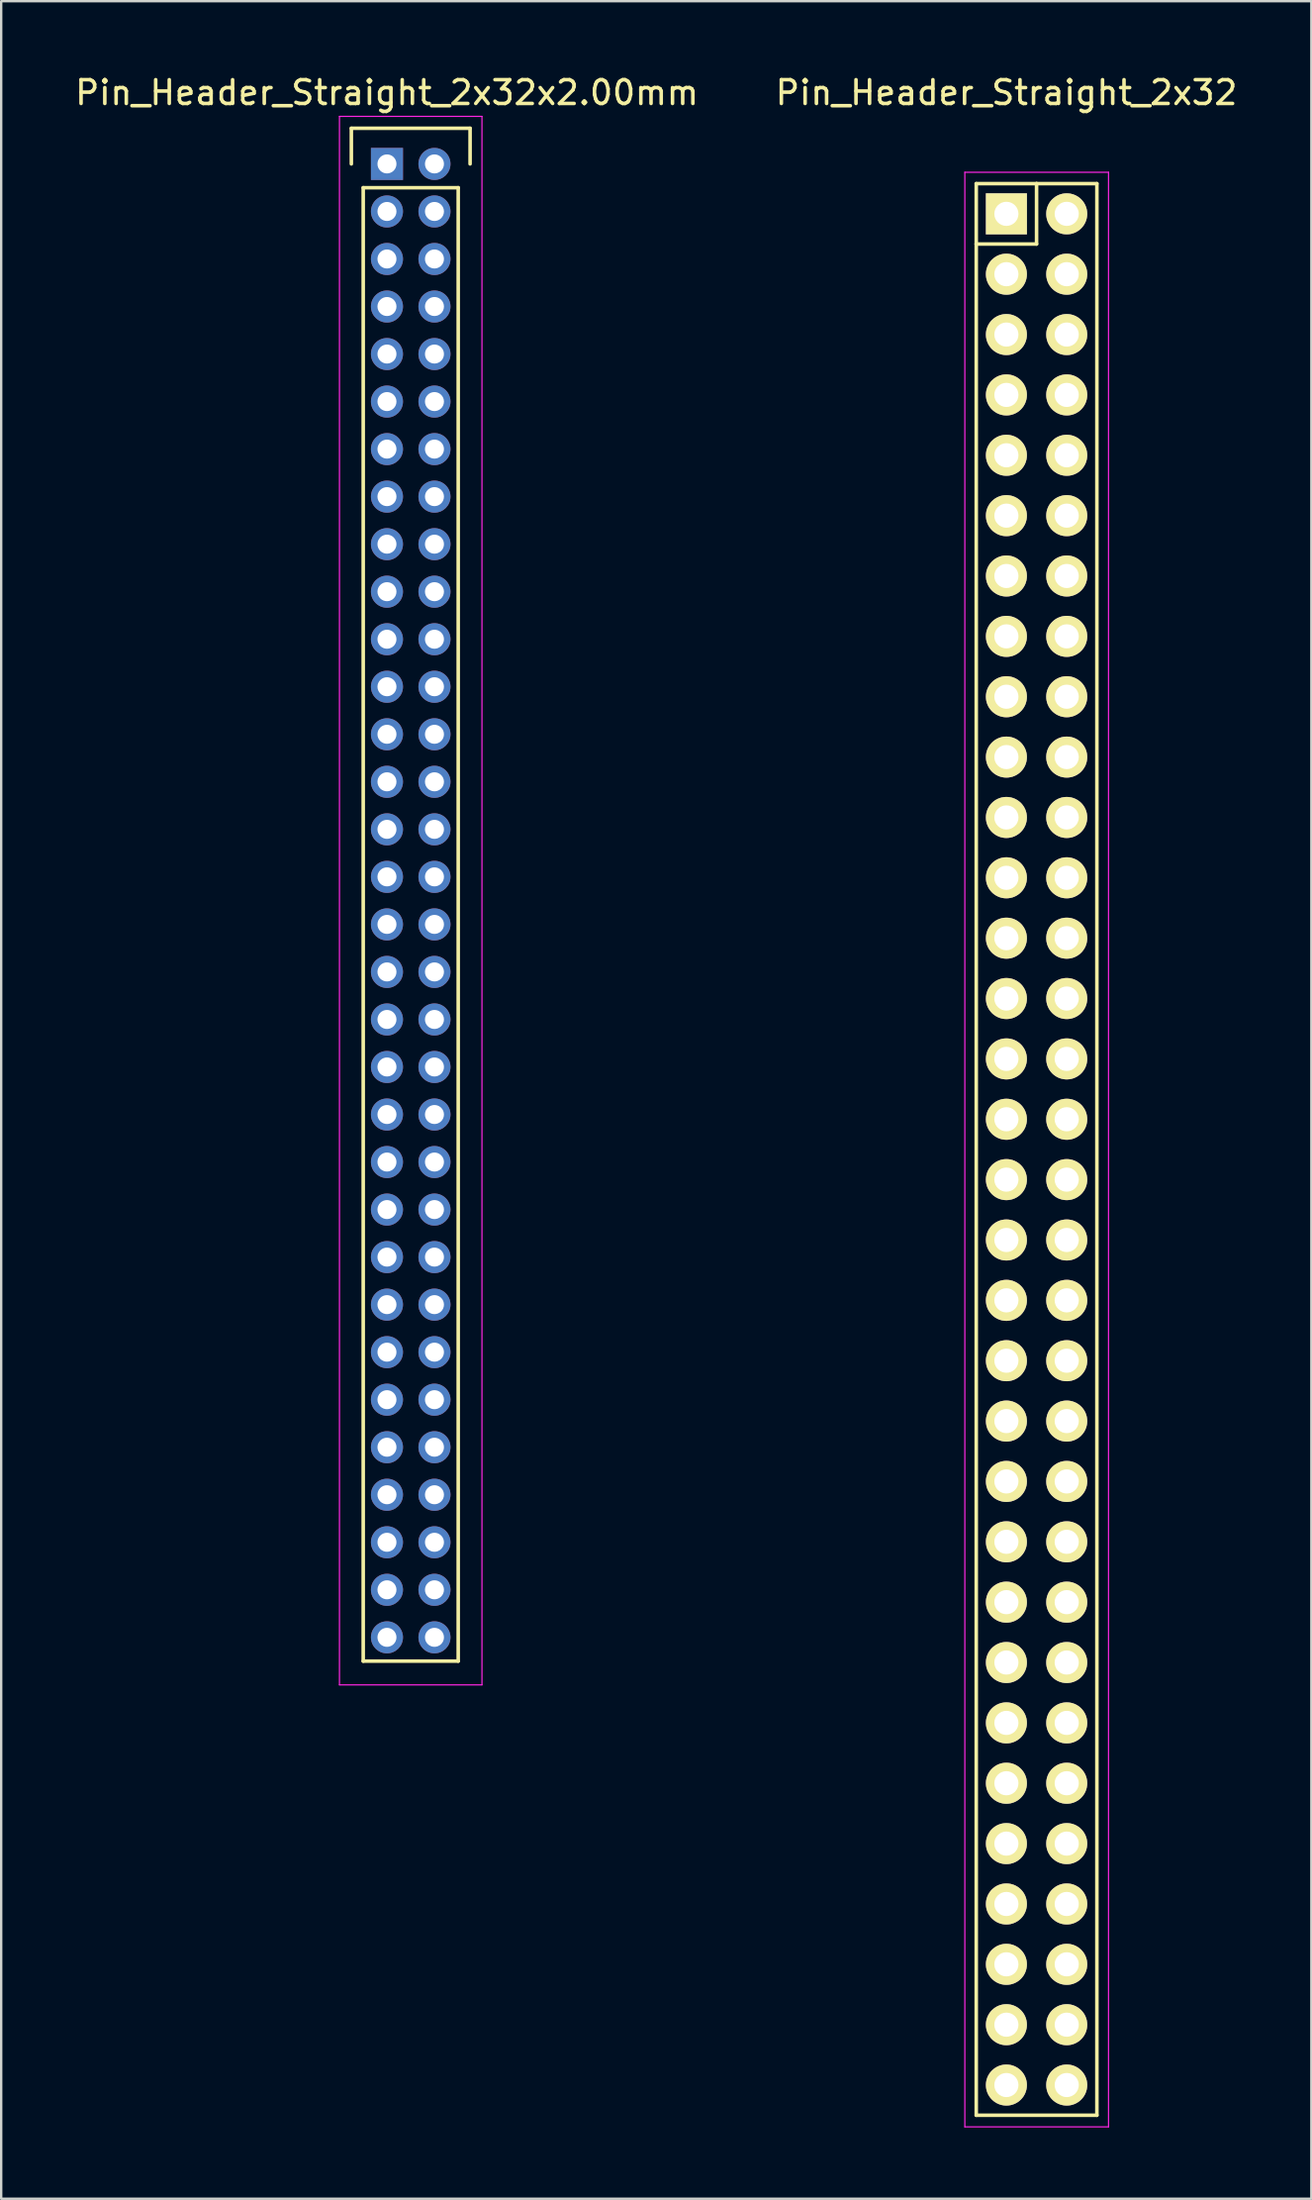
<source format=kicad_pcb>
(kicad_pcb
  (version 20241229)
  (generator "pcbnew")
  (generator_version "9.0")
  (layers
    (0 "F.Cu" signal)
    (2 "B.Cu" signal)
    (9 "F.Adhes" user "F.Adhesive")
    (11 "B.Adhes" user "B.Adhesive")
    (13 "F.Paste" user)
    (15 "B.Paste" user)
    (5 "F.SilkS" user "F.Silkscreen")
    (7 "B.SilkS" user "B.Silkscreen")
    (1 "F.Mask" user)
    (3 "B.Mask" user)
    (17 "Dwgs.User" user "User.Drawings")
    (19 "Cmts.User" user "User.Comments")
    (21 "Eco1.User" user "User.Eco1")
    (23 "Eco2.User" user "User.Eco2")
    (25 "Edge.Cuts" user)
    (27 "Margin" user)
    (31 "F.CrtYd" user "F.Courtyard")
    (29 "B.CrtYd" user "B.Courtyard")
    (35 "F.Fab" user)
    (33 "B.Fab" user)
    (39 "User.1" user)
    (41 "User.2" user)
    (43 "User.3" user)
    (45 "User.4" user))
  (footprint "Pin_Header_Straight_2x32x2.00mm"
    (layer "F.Cu")
    (at 13.244 3.848)
    (property "Reference" "Pin_Header_Straight_2x32x2.00mm" (at 0 -3 0) (layer "F.SilkS") (effects (font (size 1 1) (thickness 0.15))))
    (attr through_hole)
    (fp_line (start -1.5 -1.5) (end 3.5 -1.5) (stroke (width 0.15) (type solid)) (layer "F.SilkS"))
    (fp_line (start -1.5 0) (end -1.5 -1.5) (stroke (width 0.15) (type solid)) (layer "F.SilkS"))
    (fp_line (start -1 1) (end 3 1) (stroke (width 0.15) (type solid)) (layer "F.SilkS"))
    (fp_line (start -1 63) (end -1 1) (stroke (width 0.15) (type solid)) (layer "F.SilkS"))
    (fp_line (start 3 1) (end 3 63) (stroke (width 0.15) (type solid)) (layer "F.SilkS"))
    (fp_line (start 3 63) (end -1 63) (stroke (width 0.15) (type solid)) (layer "F.SilkS"))
    (fp_line (start 3.5 -1.5) (end 3.5 0) (stroke (width 0.15) (type solid)) (layer "F.SilkS"))
    (fp_line (start -2 -2) (end 4 -2) (stroke (width 0.05) (type solid)) (layer "F.CrtYd"))
    (fp_line (start -2 64) (end -2 -2) (stroke (width 0.05) (type solid)) (layer "F.CrtYd"))
    (fp_line (start 4 -2) (end 4 64) (stroke (width 0.05) (type solid)) (layer "F.CrtYd"))
    (fp_line (start 4 64) (end -2 64) (stroke (width 0.05) (type solid)) (layer "F.CrtYd"))
    (pad "1" thru_hole rect (at 0 0) (size 1.35 1.35) (drill 0.8) (layers "*.Cu" "*.Mask"))
    (pad "2" thru_hole circle (at 2 0) (size 1.35 1.35) (drill 0.8) (layers "*.Cu" "*.Mask"))
    (pad "3" thru_hole circle (at 0 2) (size 1.35 1.35) (drill 0.8) (layers "*.Cu" "*.Mask"))
    (pad "4" thru_hole circle (at 2 2) (size 1.35 1.35) (drill 0.8) (layers "*.Cu" "*.Mask"))
    (pad "5" thru_hole circle (at 0 4) (size 1.35 1.35) (drill 0.8) (layers "*.Cu" "*.Mask"))
    (pad "6" thru_hole circle (at 2 4) (size 1.35 1.35) (drill 0.8) (layers "*.Cu" "*.Mask"))
    (pad "7" thru_hole circle (at 0 6) (size 1.35 1.35) (drill 0.8) (layers "*.Cu" "*.Mask"))
    (pad "8" thru_hole circle (at 2 6) (size 1.35 1.35) (drill 0.8) (layers "*.Cu" "*.Mask"))
    (pad "9" thru_hole circle (at 0 8) (size 1.35 1.35) (drill 0.8) (layers "*.Cu" "*.Mask"))
    (pad "10" thru_hole circle (at 2 8) (size 1.35 1.35) (drill 0.8) (layers "*.Cu" "*.Mask"))
    (pad "11" thru_hole circle (at 0 10) (size 1.35 1.35) (drill 0.8) (layers "*.Cu" "*.Mask"))
    (pad "12" thru_hole circle (at 2 10) (size 1.35 1.35) (drill 0.8) (layers "*.Cu" "*.Mask"))
    (pad "13" thru_hole circle (at 0 12) (size 1.35 1.35) (drill 0.8) (layers "*.Cu" "*.Mask"))
    (pad "14" thru_hole circle (at 2 12) (size 1.35 1.35) (drill 0.8) (layers "*.Cu" "*.Mask"))
    (pad "15" thru_hole circle (at 0 14) (size 1.35 1.35) (drill 0.8) (layers "*.Cu" "*.Mask"))
    (pad "16" thru_hole circle (at 2 14) (size 1.35 1.35) (drill 0.8) (layers "*.Cu" "*.Mask"))
    (pad "17" thru_hole circle (at 0 16) (size 1.35 1.35) (drill 0.8) (layers "*.Cu" "*.Mask"))
    (pad "18" thru_hole circle (at 2 16) (size 1.35 1.35) (drill 0.8) (layers "*.Cu" "*.Mask"))
    (pad "19" thru_hole circle (at 0 18) (size 1.35 1.35) (drill 0.8) (layers "*.Cu" "*.Mask"))
    (pad "20" thru_hole circle (at 2 18) (size 1.35 1.35) (drill 0.8) (layers "*.Cu" "*.Mask"))
    (pad "21" thru_hole circle (at 0 20) (size 1.35 1.35) (drill 0.8) (layers "*.Cu" "*.Mask"))
    (pad "22" thru_hole circle (at 2 20) (size 1.35 1.35) (drill 0.8) (layers "*.Cu" "*.Mask"))
    (pad "23" thru_hole circle (at 0 22) (size 1.35 1.35) (drill 0.8) (layers "*.Cu" "*.Mask"))
    (pad "24" thru_hole circle (at 2 22) (size 1.35 1.35) (drill 0.8) (layers "*.Cu" "*.Mask"))
    (pad "25" thru_hole circle (at 0 24) (size 1.35 1.35) (drill 0.8) (layers "*.Cu" "*.Mask"))
    (pad "26" thru_hole circle (at 2 24) (size 1.35 1.35) (drill 0.8) (layers "*.Cu" "*.Mask"))
    (pad "27" thru_hole circle (at 0 26) (size 1.35 1.35) (drill 0.8) (layers "*.Cu" "*.Mask"))
    (pad "28" thru_hole circle (at 2 26) (size 1.35 1.35) (drill 0.8) (layers "*.Cu" "*.Mask"))
    (pad "29" thru_hole circle (at 0 28) (size 1.35 1.35) (drill 0.8) (layers "*.Cu" "*.Mask"))
    (pad "30" thru_hole circle (at 2 28) (size 1.35 1.35) (drill 0.8) (layers "*.Cu" "*.Mask"))
    (pad "31" thru_hole circle (at 0 30) (size 1.35 1.35) (drill 0.8) (layers "*.Cu" "*.Mask"))
    (pad "32" thru_hole circle (at 2 30) (size 1.35 1.35) (drill 0.8) (layers "*.Cu" "*.Mask"))
    (pad "33" thru_hole circle (at 0 32) (size 1.35 1.35) (drill 0.8) (layers "*.Cu" "*.Mask"))
    (pad "34" thru_hole circle (at 2 32) (size 1.35 1.35) (drill 0.8) (layers "*.Cu" "*.Mask"))
    (pad "35" thru_hole circle (at 0 34) (size 1.35 1.35) (drill 0.8) (layers "*.Cu" "*.Mask"))
    (pad "36" thru_hole circle (at 2 34) (size 1.35 1.35) (drill 0.8) (layers "*.Cu" "*.Mask"))
    (pad "37" thru_hole circle (at 0 36) (size 1.35 1.35) (drill 0.8) (layers "*.Cu" "*.Mask"))
    (pad "38" thru_hole circle (at 2 36) (size 1.35 1.35) (drill 0.8) (layers "*.Cu" "*.Mask"))
    (pad "39" thru_hole circle (at 0 38) (size 1.35 1.35) (drill 0.8) (layers "*.Cu" "*.Mask"))
    (pad "40" thru_hole circle (at 2 38) (size 1.35 1.35) (drill 0.8) (layers "*.Cu" "*.Mask"))
    (pad "41" thru_hole circle (at 0 40) (size 1.35 1.35) (drill 0.8) (layers "*.Cu" "*.Mask"))
    (pad "42" thru_hole circle (at 2 40) (size 1.35 1.35) (drill 0.8) (layers "*.Cu" "*.Mask"))
    (pad "43" thru_hole circle (at 0 42) (size 1.35 1.35) (drill 0.8) (layers "*.Cu" "*.Mask"))
    (pad "44" thru_hole circle (at 2 42) (size 1.35 1.35) (drill 0.8) (layers "*.Cu" "*.Mask"))
    (pad "45" thru_hole circle (at 0 44) (size 1.35 1.35) (drill 0.8) (layers "*.Cu" "*.Mask"))
    (pad "46" thru_hole circle (at 2 44) (size 1.35 1.35) (drill 0.8) (layers "*.Cu" "*.Mask"))
    (pad "47" thru_hole circle (at 0 46) (size 1.35 1.35) (drill 0.8) (layers "*.Cu" "*.Mask"))
    (pad "48" thru_hole circle (at 2 46) (size 1.35 1.35) (drill 0.8) (layers "*.Cu" "*.Mask"))
    (pad "49" thru_hole circle (at 0 48) (size 1.35 1.35) (drill 0.8) (layers "*.Cu" "*.Mask"))
    (pad "50" thru_hole circle (at 2 48) (size 1.35 1.35) (drill 0.8) (layers "*.Cu" "*.Mask"))
    (pad "51" thru_hole circle (at 0 50) (size 1.35 1.35) (drill 0.8) (layers "*.Cu" "*.Mask"))
    (pad "52" thru_hole circle (at 2 50) (size 1.35 1.35) (drill 0.8) (layers "*.Cu" "*.Mask"))
    (pad "53" thru_hole circle (at 0 52) (size 1.35 1.35) (drill 0.8) (layers "*.Cu" "*.Mask"))
    (pad "54" thru_hole circle (at 2 52) (size 1.35 1.35) (drill 0.8) (layers "*.Cu" "*.Mask"))
    (pad "55" thru_hole circle (at 0 54) (size 1.35 1.35) (drill 0.8) (layers "*.Cu" "*.Mask"))
    (pad "56" thru_hole circle (at 2 54) (size 1.35 1.35) (drill 0.8) (layers "*.Cu" "*.Mask"))
    (pad "57" thru_hole circle (at 0 56) (size 1.35 1.35) (drill 0.8) (layers "*.Cu" "*.Mask"))
    (pad "58" thru_hole circle (at 2 56) (size 1.35 1.35) (drill 0.8) (layers "*.Cu" "*.Mask"))
    (pad "59" thru_hole circle (at 0 58) (size 1.35 1.35) (drill 0.8) (layers "*.Cu" "*.Mask"))
    (pad "60" thru_hole circle (at 2 58) (size 1.35 1.35) (drill 0.8) (layers "*.Cu" "*.Mask"))
    (pad "61" thru_hole circle (at 0 60) (size 1.35 1.35) (drill 0.8) (layers "*.Cu" "*.Mask"))
    (pad "62" thru_hole circle (at 2 60) (size 1.35 1.35) (drill 0.8) (layers "*.Cu" "*.Mask"))
    (pad "63" thru_hole circle (at 0 62) (size 1.35 1.35) (drill 0.8) (layers "*.Cu" "*.Mask"))
    (pad "64" thru_hole circle (at 2 62) (size 1.35 1.35) (drill 0.8) (layers "*.Cu" "*.Mask")))
  (footprint "Pin_Header_Straight_2x32"
    (layer "F.Cu")
    (at 39.327 5.948)
    (property "Reference" "Pin_Header_Straight_2x32" (at 0 -5.1 0) (layer "F.SilkS") (effects (font (size 1 1) (thickness 0.15))))
    (attr through_hole)
    (fp_line (start -1.27 -1.27) (end -1.27 1.27) (stroke (width 0.15) (type solid)) (layer "F.SilkS"))
    (fp_line (start -1.27 -1.27) (end 1.27 -1.27) (stroke (width 0.15) (type solid)) (layer "F.SilkS"))
    (fp_line (start -1.27 1.27) (end -1.27 80.01) (stroke (width 0.15) (type solid)) (layer "F.SilkS"))
    (fp_line (start 1.27 -1.27) (end 1.27 1.27) (stroke (width 0.15) (type solid)) (layer "F.SilkS"))
    (fp_line (start 1.27 1.27) (end -1.27 1.27) (stroke (width 0.15) (type solid)) (layer "F.SilkS"))
    (fp_line (start 3.81 -1.27) (end 1.27 -1.27) (stroke (width 0.15) (type solid)) (layer "F.SilkS"))
    (fp_line (start 3.81 80.01) (end -1.27 80.01) (stroke (width 0.15) (type solid)) (layer "F.SilkS"))
    (fp_line (start 3.81 80.01) (end 3.81 -1.27) (stroke (width 0.15) (type solid)) (layer "F.SilkS"))
    (fp_line (start -1.75 -1.75) (end -1.75 80.5) (stroke (width 0.05) (type solid)) (layer "F.CrtYd"))
    (fp_line (start -1.75 -1.75) (end 4.3 -1.75) (stroke (width 0.05) (type solid)) (layer "F.CrtYd"))
    (fp_line (start -1.75 80.5) (end 4.3 80.5) (stroke (width 0.05) (type solid)) (layer "F.CrtYd"))
    (fp_line (start 4.3 -1.75) (end 4.3 80.5) (stroke (width 0.05) (type solid)) (layer "F.CrtYd"))
    (pad "1" thru_hole rect (at 0 0) (size 1.727 1.727) (drill 1.016) (layers "*.Cu" "*.Mask" "F.SilkS"))
    (pad "2" thru_hole oval (at 2.54 0) (size 1.727 1.727) (drill 1.016) (layers "*.Cu" "*.Mask" "F.SilkS"))
    (pad "3" thru_hole oval (at 0 2.54) (size 1.727 1.727) (drill 1.016) (layers "*.Cu" "*.Mask" "F.SilkS"))
    (pad "4" thru_hole oval (at 2.54 2.54) (size 1.727 1.727) (drill 1.016) (layers "*.Cu" "*.Mask" "F.SilkS"))
    (pad "5" thru_hole oval (at 0 5.08) (size 1.727 1.727) (drill 1.016) (layers "*.Cu" "*.Mask" "F.SilkS"))
    (pad "6" thru_hole oval (at 2.54 5.08) (size 1.727 1.727) (drill 1.016) (layers "*.Cu" "*.Mask" "F.SilkS"))
    (pad "7" thru_hole oval (at 0 7.62) (size 1.727 1.727) (drill 1.016) (layers "*.Cu" "*.Mask" "F.SilkS"))
    (pad "8" thru_hole oval (at 2.54 7.62) (size 1.727 1.727) (drill 1.016) (layers "*.Cu" "*.Mask" "F.SilkS"))
    (pad "9" thru_hole oval (at 0 10.16) (size 1.727 1.727) (drill 1.016) (layers "*.Cu" "*.Mask" "F.SilkS"))
    (pad "10" thru_hole oval (at 2.54 10.16) (size 1.727 1.727) (drill 1.016) (layers "*.Cu" "*.Mask" "F.SilkS"))
    (pad "11" thru_hole oval (at 0 12.7) (size 1.727 1.727) (drill 1.016) (layers "*.Cu" "*.Mask" "F.SilkS"))
    (pad "12" thru_hole oval (at 2.54 12.7) (size 1.727 1.727) (drill 1.016) (layers "*.Cu" "*.Mask" "F.SilkS"))
    (pad "13" thru_hole oval (at 0 15.24) (size 1.727 1.727) (drill 1.016) (layers "*.Cu" "*.Mask" "F.SilkS"))
    (pad "14" thru_hole oval (at 2.54 15.24) (size 1.727 1.727) (drill 1.016) (layers "*.Cu" "*.Mask" "F.SilkS"))
    (pad "15" thru_hole oval (at 0 17.78) (size 1.727 1.727) (drill 1.016) (layers "*.Cu" "*.Mask" "F.SilkS"))
    (pad "16" thru_hole oval (at 2.54 17.78) (size 1.727 1.727) (drill 1.016) (layers "*.Cu" "*.Mask" "F.SilkS"))
    (pad "17" thru_hole oval (at 0 20.32) (size 1.727 1.727) (drill 1.016) (layers "*.Cu" "*.Mask" "F.SilkS"))
    (pad "18" thru_hole oval (at 2.54 20.32) (size 1.727 1.727) (drill 1.016) (layers "*.Cu" "*.Mask" "F.SilkS"))
    (pad "19" thru_hole oval (at 0 22.86) (size 1.727 1.727) (drill 1.016) (layers "*.Cu" "*.Mask" "F.SilkS"))
    (pad "20" thru_hole oval (at 2.54 22.86) (size 1.727 1.727) (drill 1.016) (layers "*.Cu" "*.Mask" "F.SilkS"))
    (pad "21" thru_hole oval (at 0 25.4) (size 1.727 1.727) (drill 1.016) (layers "*.Cu" "*.Mask" "F.SilkS"))
    (pad "22" thru_hole oval (at 2.54 25.4) (size 1.727 1.727) (drill 1.016) (layers "*.Cu" "*.Mask" "F.SilkS"))
    (pad "23" thru_hole oval (at 0 27.94) (size 1.727 1.727) (drill 1.016) (layers "*.Cu" "*.Mask" "F.SilkS"))
    (pad "24" thru_hole oval (at 2.54 27.94) (size 1.727 1.727) (drill 1.016) (layers "*.Cu" "*.Mask" "F.SilkS"))
    (pad "25" thru_hole oval (at 0 30.48) (size 1.727 1.727) (drill 1.016) (layers "*.Cu" "*.Mask" "F.SilkS"))
    (pad "26" thru_hole oval (at 2.54 30.48) (size 1.727 1.727) (drill 1.016) (layers "*.Cu" "*.Mask" "F.SilkS"))
    (pad "27" thru_hole oval (at 0 33.02) (size 1.727 1.727) (drill 1.016) (layers "*.Cu" "*.Mask" "F.SilkS"))
    (pad "28" thru_hole oval (at 2.54 33.02) (size 1.727 1.727) (drill 1.016) (layers "*.Cu" "*.Mask" "F.SilkS"))
    (pad "29" thru_hole oval (at 0 35.56) (size 1.727 1.727) (drill 1.016) (layers "*.Cu" "*.Mask" "F.SilkS"))
    (pad "30" thru_hole oval (at 2.54 35.56) (size 1.727 1.727) (drill 1.016) (layers "*.Cu" "*.Mask" "F.SilkS"))
    (pad "31" thru_hole oval (at 0 38.1) (size 1.727 1.727) (drill 1.016) (layers "*.Cu" "*.Mask" "F.SilkS"))
    (pad "32" thru_hole oval (at 2.54 38.1) (size 1.727 1.727) (drill 1.016) (layers "*.Cu" "*.Mask" "F.SilkS"))
    (pad "33" thru_hole oval (at 0 40.64) (size 1.727 1.727) (drill 1.016) (layers "*.Cu" "*.Mask" "F.SilkS"))
    (pad "34" thru_hole oval (at 2.54 40.64) (size 1.727 1.727) (drill 1.016) (layers "*.Cu" "*.Mask" "F.SilkS"))
    (pad "35" thru_hole oval (at 0 43.18) (size 1.727 1.727) (drill 1.016) (layers "*.Cu" "*.Mask" "F.SilkS"))
    (pad "36" thru_hole oval (at 2.54 43.18) (size 1.727 1.727) (drill 1.016) (layers "*.Cu" "*.Mask" "F.SilkS"))
    (pad "37" thru_hole oval (at 0 45.72) (size 1.727 1.727) (drill 1.016) (layers "*.Cu" "*.Mask" "F.SilkS"))
    (pad "38" thru_hole oval (at 2.54 45.72) (size 1.727 1.727) (drill 1.016) (layers "*.Cu" "*.Mask" "F.SilkS"))
    (pad "39" thru_hole oval (at 0 48.26) (size 1.727 1.727) (drill 1.016) (layers "*.Cu" "*.Mask" "F.SilkS"))
    (pad "40" thru_hole oval (at 2.54 48.26) (size 1.727 1.727) (drill 1.016) (layers "*.Cu" "*.Mask" "F.SilkS"))
    (pad "41" thru_hole oval (at 0 50.8) (size 1.727 1.727) (drill 1.016) (layers "*.Cu" "*.Mask" "F.SilkS"))
    (pad "42" thru_hole oval (at 2.54 50.8) (size 1.727 1.727) (drill 1.016) (layers "*.Cu" "*.Mask" "F.SilkS"))
    (pad "43" thru_hole oval (at 0 53.34) (size 1.727 1.727) (drill 1.016) (layers "*.Cu" "*.Mask" "F.SilkS"))
    (pad "44" thru_hole oval (at 2.54 53.34) (size 1.727 1.727) (drill 1.016) (layers "*.Cu" "*.Mask" "F.SilkS"))
    (pad "45" thru_hole oval (at 0 55.88) (size 1.727 1.727) (drill 1.016) (layers "*.Cu" "*.Mask" "F.SilkS"))
    (pad "46" thru_hole oval (at 2.54 55.88) (size 1.727 1.727) (drill 1.016) (layers "*.Cu" "*.Mask" "F.SilkS"))
    (pad "47" thru_hole oval (at 0 58.42) (size 1.727 1.727) (drill 1.016) (layers "*.Cu" "*.Mask" "F.SilkS"))
    (pad "48" thru_hole oval (at 2.54 58.42) (size 1.727 1.727) (drill 1.016) (layers "*.Cu" "*.Mask" "F.SilkS"))
    (pad "49" thru_hole oval (at 0 60.96) (size 1.727 1.727) (drill 1.016) (layers "*.Cu" "*.Mask" "F.SilkS"))
    (pad "50" thru_hole oval (at 2.54 60.96) (size 1.727 1.727) (drill 1.016) (layers "*.Cu" "*.Mask" "F.SilkS"))
    (pad "51" thru_hole oval (at 0 63.5) (size 1.727 1.727) (drill 1.016) (layers "*.Cu" "*.Mask" "F.SilkS"))
    (pad "52" thru_hole oval (at 2.54 63.5) (size 1.727 1.727) (drill 1.016) (layers "*.Cu" "*.Mask" "F.SilkS"))
    (pad "53" thru_hole oval (at 0 66.04) (size 1.727 1.727) (drill 1.016) (layers "*.Cu" "*.Mask" "F.SilkS"))
    (pad "54" thru_hole oval (at 2.54 66.04) (size 1.727 1.727) (drill 1.016) (layers "*.Cu" "*.Mask" "F.SilkS"))
    (pad "55" thru_hole oval (at 0 68.58) (size 1.727 1.727) (drill 1.016) (layers "*.Cu" "*.Mask" "F.SilkS"))
    (pad "56" thru_hole oval (at 2.54 68.58) (size 1.727 1.727) (drill 1.016) (layers "*.Cu" "*.Mask" "F.SilkS"))
    (pad "57" thru_hole oval (at 0 71.12) (size 1.727 1.727) (drill 1.016) (layers "*.Cu" "*.Mask" "F.SilkS"))
    (pad "58" thru_hole oval (at 2.54 71.12) (size 1.727 1.727) (drill 1.016) (layers "*.Cu" "*.Mask" "F.SilkS"))
    (pad "59" thru_hole oval (at 0 73.66) (size 1.727 1.727) (drill 1.016) (layers "*.Cu" "*.Mask" "F.SilkS"))
    (pad "60" thru_hole oval (at 2.54 73.66) (size 1.727 1.727) (drill 1.016) (layers "*.Cu" "*.Mask" "F.SilkS"))
    (pad "61" thru_hole oval (at 0 76.2) (size 1.727 1.727) (drill 1.016) (layers "*.Cu" "*.Mask" "F.SilkS"))
    (pad "62" thru_hole oval (at 2.54 76.2) (size 1.727 1.727) (drill 1.016) (layers "*.Cu" "*.Mask" "F.SilkS"))
    (pad "63" thru_hole oval (at 0 78.74) (size 1.727 1.727) (drill 1.016) (layers "*.Cu" "*.Mask" "F.SilkS"))
    (pad "64" thru_hole oval (at 2.54 78.74) (size 1.727 1.727) (drill 1.016) (layers "*.Cu" "*.Mask" "F.SilkS")))
  (gr_rect
    (start -3 -3)
    (end 52.167 89.473)
    (stroke (width 0.1) (type default))
    (fill no)
    (layer "Edge.Cuts")))
</source>
